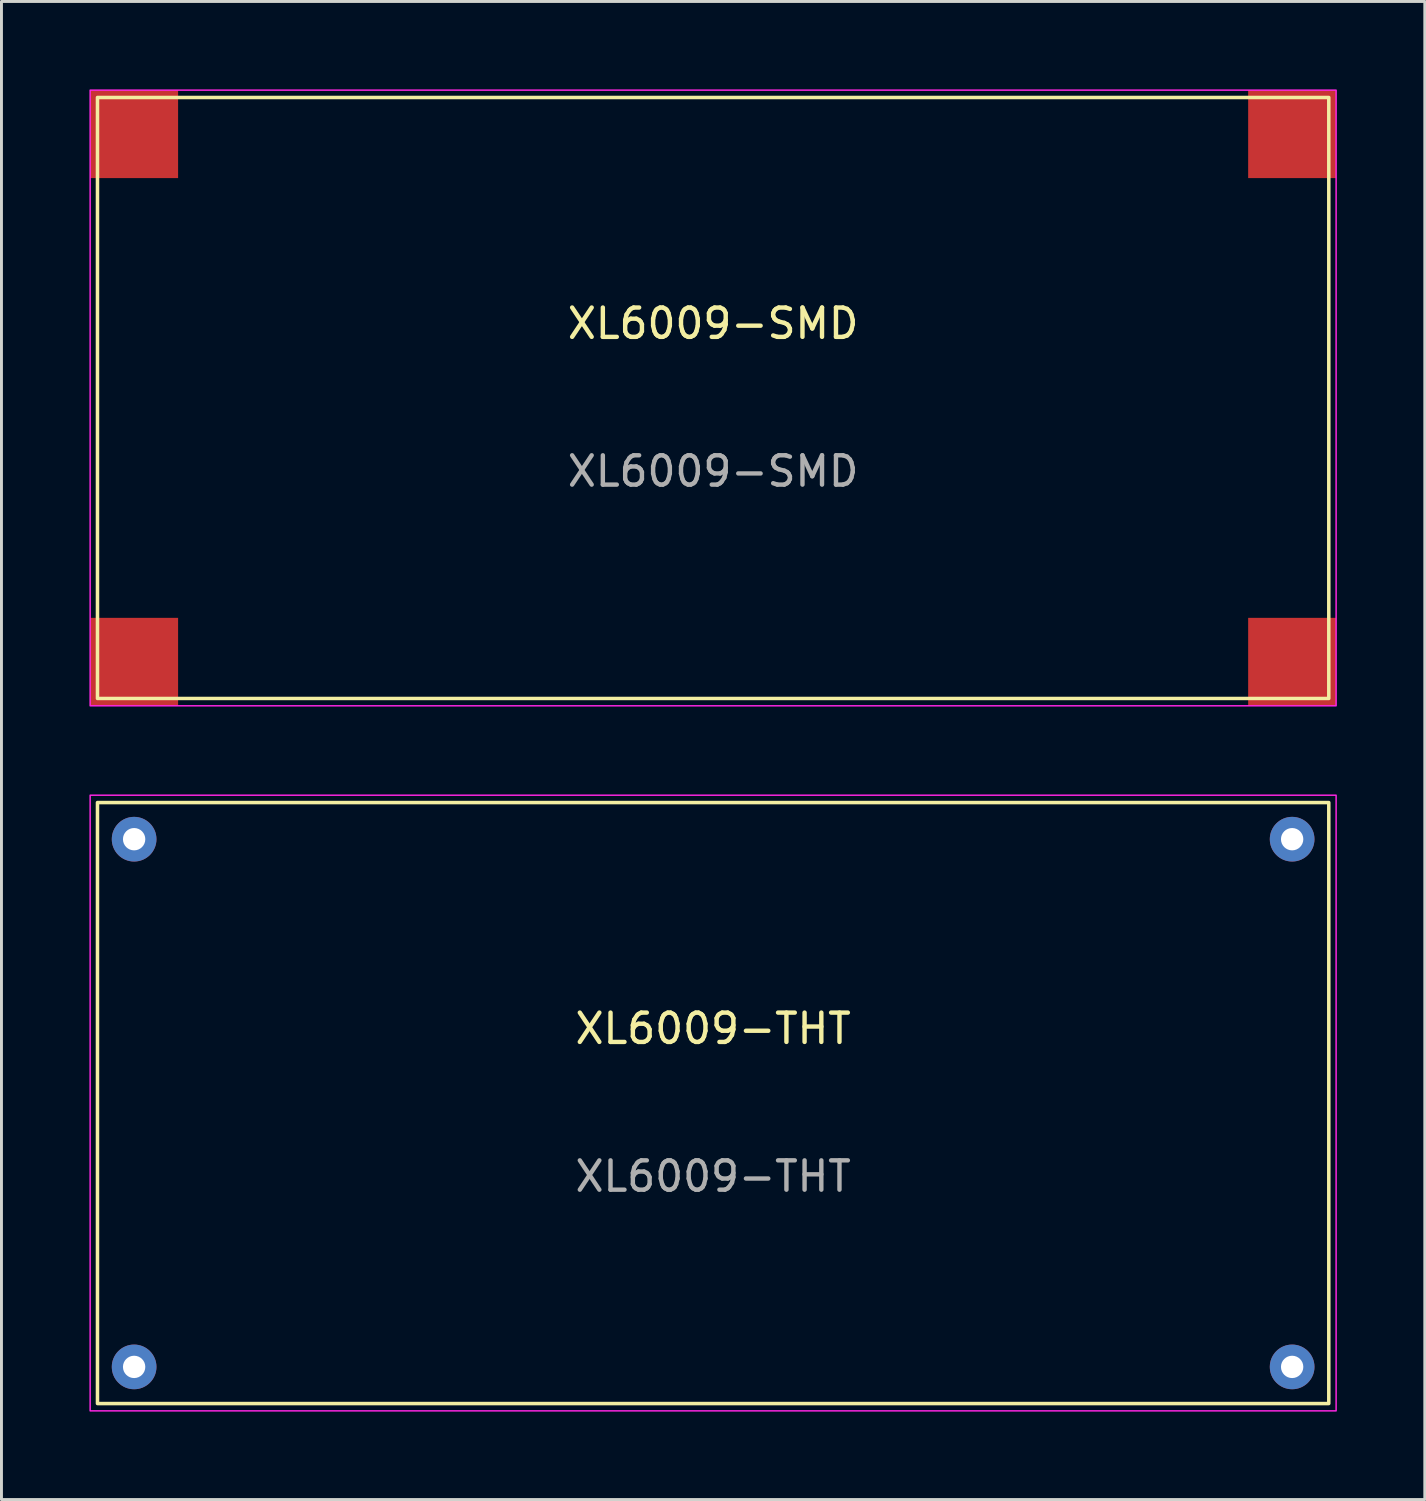
<source format=kicad_pcb>
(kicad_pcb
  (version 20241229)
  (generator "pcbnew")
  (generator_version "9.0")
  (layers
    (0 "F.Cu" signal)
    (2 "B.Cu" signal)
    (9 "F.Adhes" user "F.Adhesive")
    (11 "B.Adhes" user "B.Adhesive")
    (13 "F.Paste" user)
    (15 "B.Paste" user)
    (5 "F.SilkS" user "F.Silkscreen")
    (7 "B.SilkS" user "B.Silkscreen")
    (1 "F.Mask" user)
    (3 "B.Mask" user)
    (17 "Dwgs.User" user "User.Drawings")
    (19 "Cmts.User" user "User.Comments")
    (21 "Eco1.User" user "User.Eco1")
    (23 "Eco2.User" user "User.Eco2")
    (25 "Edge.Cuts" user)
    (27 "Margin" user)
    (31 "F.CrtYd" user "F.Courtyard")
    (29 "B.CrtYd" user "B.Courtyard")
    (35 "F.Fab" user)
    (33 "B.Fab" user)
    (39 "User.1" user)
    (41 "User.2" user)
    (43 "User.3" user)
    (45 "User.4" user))
  (footprint "XL6009-SMD"
    (layer "F.Cu")
    (at 21.275 10.525)
    (property "Reference" "XL6009-SMD" (at 0 -2.54 0) (unlocked yes) (layer "F.SilkS") (effects (font (size 1 1) (thickness 0.15))))
    (attr smd)
    (fp_rect (start -21 -10.25) (end 21 10.25) (stroke (width 0.12) (type default)) (fill no) (layer "F.SilkS"))
    (fp_rect (start -21.25 -10.5) (end 21.25 10.5) (stroke (width 0.05) (type default)) (fill no) (layer "F.CrtYd"))
    (fp_text user "${REFERENCE}" (at 0 2.5 0) (unlocked yes) (layer "F.Fab") (effects (font (size 1 1) (thickness 0.15))))
    (pad "1" smd rect (at -19.75 -9) (size 3 3) (layers "F.Cu" "F.Mask" "F.Paste"))
    (pad "2" smd rect (at -19.75 9) (size 3 3) (layers "F.Cu" "F.Mask" "F.Paste"))
    (pad "3" smd rect (at 19.75 -9) (size 3 3) (layers "*.Mask" "F.Cu"))
    (pad "4" smd rect (at 19.75 9) (size 3 3) (layers "*.Mask" "F.Cu")))
  (footprint "XL6009-THT"
    (layer "F.Cu")
    (at 21.275 34.575)
    (property "Reference" "XL6009-THT" (at 0 -2.54 0) (unlocked yes) (layer "F.SilkS") (effects (font (size 1 1) (thickness 0.15))))
    (attr through_hole)
    (fp_rect (start -21 -10.25) (end 21 10.25) (stroke (width 0.12) (type default)) (fill no) (layer "F.SilkS"))
    (fp_rect (start -21.25 -10.5) (end 21.25 10.5) (stroke (width 0.05) (type default)) (fill no) (layer "F.CrtYd"))
    (fp_text user "${REFERENCE}" (at 0 2.5 0) (unlocked yes) (layer "F.Fab") (effects (font (size 1 1) (thickness 0.15))))
    (pad "1" thru_hole circle (at -19.75 -9) (size 1.524 1.524) (drill 0.762) (layers "*.Cu" "*.Mask"))
    (pad "2" thru_hole circle (at -19.75 9) (size 1.524 1.524) (drill 0.762) (layers "*.Cu" "*.Mask"))
    (pad "3" thru_hole circle (at 19.75 -9) (size 1.524 1.524) (drill 0.762) (layers "*.Cu" "*.Mask"))
    (pad "4" thru_hole circle (at 19.75 9) (size 1.524 1.524) (drill 0.762) (layers "*.Cu" "*.Mask")))
  (gr_rect
    (start -3 -3)
    (end 45.55 48.1)
    (stroke (width 0.1) (type default))
    (fill no)
    (layer "Edge.Cuts")))
</source>
